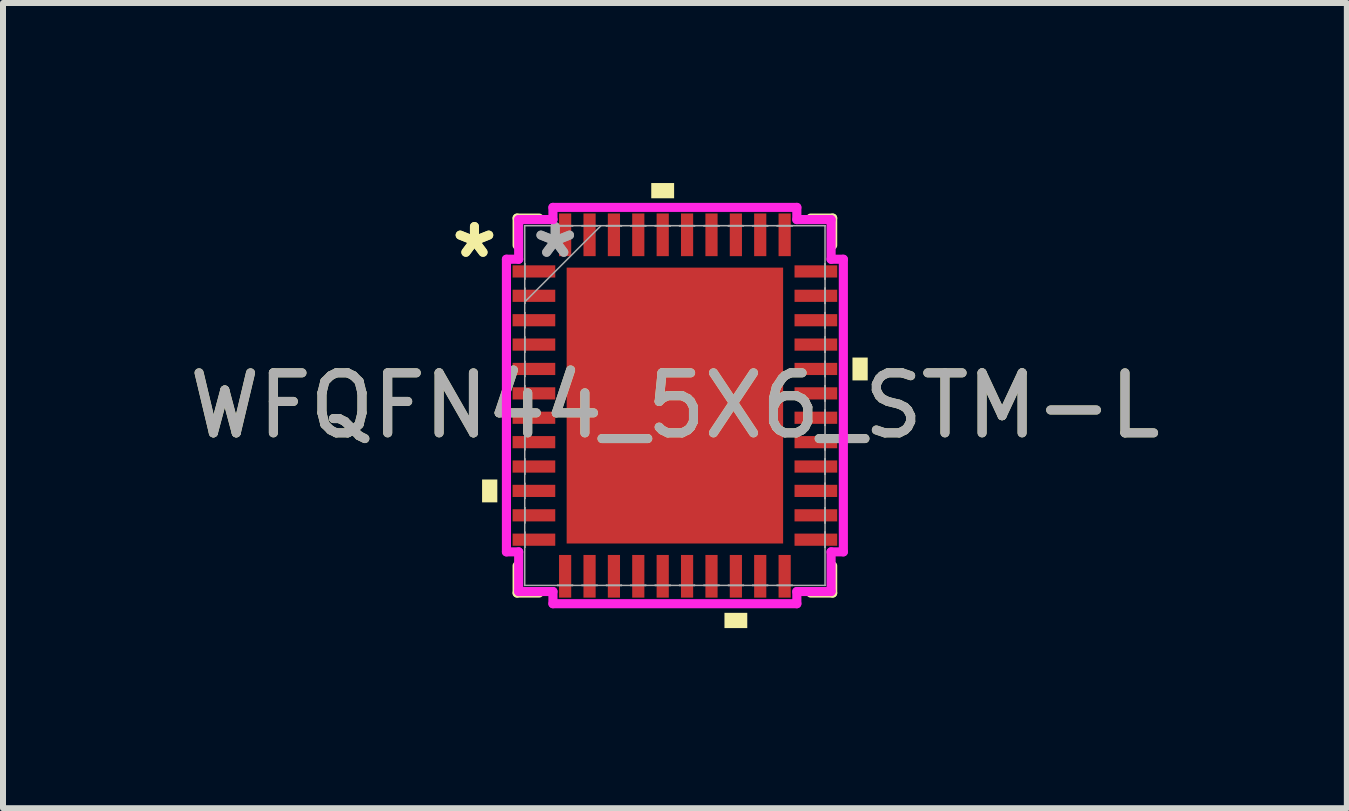
<source format=kicad_pcb>
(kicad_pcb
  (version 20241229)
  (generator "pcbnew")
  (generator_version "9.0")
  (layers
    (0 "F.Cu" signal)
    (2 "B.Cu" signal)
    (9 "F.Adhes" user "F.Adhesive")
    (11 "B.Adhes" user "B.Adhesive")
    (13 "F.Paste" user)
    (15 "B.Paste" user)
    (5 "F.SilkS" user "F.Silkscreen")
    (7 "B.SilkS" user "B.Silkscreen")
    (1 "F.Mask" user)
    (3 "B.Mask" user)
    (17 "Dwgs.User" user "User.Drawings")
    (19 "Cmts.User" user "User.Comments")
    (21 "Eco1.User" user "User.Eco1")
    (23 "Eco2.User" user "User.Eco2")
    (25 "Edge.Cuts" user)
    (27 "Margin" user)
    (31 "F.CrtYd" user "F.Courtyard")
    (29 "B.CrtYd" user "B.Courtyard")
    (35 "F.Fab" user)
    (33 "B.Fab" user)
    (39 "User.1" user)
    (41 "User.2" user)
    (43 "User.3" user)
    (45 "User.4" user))
  (footprint "WFQFN44_5X6_STM-L"
    (layer "F.Cu")
    (at 8.196 3.708)
    (property "Reference" "WFQFN44_5X6_STM-L" (at 0 0 0) (unlocked yes) (layer "F.SilkS") (effects (font (size 1 1) (thickness 0.15))))
    (attr smd)
    (fp_line (start -2.629 -3.124) (end -2.629 -2.67) (stroke (width 0.152) (type solid)) (layer "F.SilkS"))
    (fp_line (start -2.629 2.67) (end -2.629 3.124) (stroke (width 0.152) (type solid)) (layer "F.SilkS"))
    (fp_line (start -2.629 3.124) (end -2.263 3.124) (stroke (width 0.152) (type solid)) (layer "F.SilkS"))
    (fp_line (start -2.263 -3.124) (end -2.629 -3.124) (stroke (width 0.152) (type solid)) (layer "F.SilkS"))
    (fp_line (start 2.263 3.124) (end 2.629 3.124) (stroke (width 0.152) (type solid)) (layer "F.SilkS"))
    (fp_line (start 2.629 -3.124) (end 2.263 -3.124) (stroke (width 0.152) (type solid)) (layer "F.SilkS"))
    (fp_line (start 2.629 -2.67) (end 2.629 -3.124) (stroke (width 0.152) (type solid)) (layer "F.SilkS"))
    (fp_line (start 2.629 3.124) (end 2.629 2.67) (stroke (width 0.152) (type solid)) (layer "F.SilkS"))
    (fp_poly (pts (xy -3.213 1.232) (xy -3.213 1.613) (xy -2.959 1.613) (xy -2.959 1.232)) (stroke (width 0) (type solid)) (fill yes) (layer "F.SilkS"))
    (fp_poly (pts (xy -0.394 -3.454) (xy -0.394 -3.708) (xy -0.013 -3.708) (xy -0.013 -3.454)) (stroke (width 0) (type solid)) (fill yes) (layer "F.SilkS"))
    (fp_poly (pts (xy 0.826 3.454) (xy 0.826 3.708) (xy 1.206 3.708) (xy 1.206 3.454)) (stroke (width 0) (type solid)) (fill yes) (layer "F.SilkS"))
    (fp_poly (pts (xy 3.213 -0.8) (xy 3.213 -0.419) (xy 2.959 -0.419) (xy 2.959 -0.8)) (stroke (width 0) (type solid)) (fill yes) (layer "F.SilkS"))
    (fp_poly (pts (xy -1.703 -2.199) (xy -1.703 -0.866) (xy -0.1 -0.866) (xy -0.1 -2.199)) (stroke (width 0) (type solid)) (fill yes) (layer "F.Paste"))
    (fp_poly (pts (xy -1.703 -0.666) (xy -1.703 0.666) (xy -0.1 0.666) (xy -0.1 -0.666)) (stroke (width 0) (type solid)) (fill yes) (layer "F.Paste"))
    (fp_poly (pts (xy -1.703 0.866) (xy -1.703 2.199) (xy -0.1 2.199) (xy -0.1 0.866)) (stroke (width 0) (type solid)) (fill yes) (layer "F.Paste"))
    (fp_poly (pts (xy 0.1 -2.199) (xy 0.1 -0.866) (xy 1.703 -0.866) (xy 1.703 -2.199)) (stroke (width 0) (type solid)) (fill yes) (layer "F.Paste"))
    (fp_poly (pts (xy 0.1 -0.666) (xy 0.1 0.666) (xy 1.703 0.666) (xy 1.703 -0.666)) (stroke (width 0) (type solid)) (fill yes) (layer "F.Paste"))
    (fp_poly (pts (xy 0.1 0.866) (xy 0.1 2.199) (xy 1.703 2.199) (xy 1.703 0.866)) (stroke (width 0) (type solid)) (fill yes) (layer "F.Paste"))
    (fp_line (start -2.807 -2.438) (end -2.603 -2.438) (stroke (width 0.152) (type solid)) (layer "F.CrtYd"))
    (fp_line (start -2.807 2.438) (end -2.807 -2.438) (stroke (width 0.152) (type solid)) (layer "F.CrtYd"))
    (fp_line (start -2.603 -3.099) (end -2.032 -3.099) (stroke (width 0.152) (type solid)) (layer "F.CrtYd"))
    (fp_line (start -2.603 -2.438) (end -2.603 -3.099) (stroke (width 0.152) (type solid)) (layer "F.CrtYd"))
    (fp_line (start -2.603 2.438) (end -2.807 2.438) (stroke (width 0.152) (type solid)) (layer "F.CrtYd"))
    (fp_line (start -2.603 3.099) (end -2.603 2.438) (stroke (width 0.152) (type solid)) (layer "F.CrtYd"))
    (fp_line (start -2.032 -3.302) (end 2.032 -3.302) (stroke (width 0.152) (type solid)) (layer "F.CrtYd"))
    (fp_line (start -2.032 -3.099) (end -2.032 -3.302) (stroke (width 0.152) (type solid)) (layer "F.CrtYd"))
    (fp_line (start -2.032 3.099) (end -2.603 3.099) (stroke (width 0.152) (type solid)) (layer "F.CrtYd"))
    (fp_line (start -2.032 3.302) (end -2.032 3.099) (stroke (width 0.152) (type solid)) (layer "F.CrtYd"))
    (fp_line (start 2.032 -3.302) (end 2.032 -3.099) (stroke (width 0.152) (type solid)) (layer "F.CrtYd"))
    (fp_line (start 2.032 -3.099) (end 2.603 -3.099) (stroke (width 0.152) (type solid)) (layer "F.CrtYd"))
    (fp_line (start 2.032 3.099) (end 2.032 3.302) (stroke (width 0.152) (type solid)) (layer "F.CrtYd"))
    (fp_line (start 2.032 3.302) (end -2.032 3.302) (stroke (width 0.152) (type solid)) (layer "F.CrtYd"))
    (fp_line (start 2.603 -3.099) (end 2.603 -2.438) (stroke (width 0.152) (type solid)) (layer "F.CrtYd"))
    (fp_line (start 2.603 -2.438) (end 2.807 -2.438) (stroke (width 0.152) (type solid)) (layer "F.CrtYd"))
    (fp_line (start 2.603 2.438) (end 2.603 3.099) (stroke (width 0.152) (type solid)) (layer "F.CrtYd"))
    (fp_line (start 2.603 3.099) (end 2.032 3.099) (stroke (width 0.152) (type solid)) (layer "F.CrtYd"))
    (fp_line (start 2.807 -2.438) (end 2.807 2.438) (stroke (width 0.152) (type solid)) (layer "F.CrtYd"))
    (fp_line (start 2.807 2.438) (end 2.603 2.438) (stroke (width 0.152) (type solid)) (layer "F.CrtYd"))
    (fp_line (start -2.502 -2.997) (end -2.502 -2.997) (stroke (width 0.025) (type solid)) (layer "F.Fab"))
    (fp_line (start -2.502 -2.997) (end -2.502 2.997) (stroke (width 0.025) (type solid)) (layer "F.Fab"))
    (fp_line (start -2.502 -2.362) (end -2.502 -2.362) (stroke (width 0.025) (type solid)) (layer "F.Fab"))
    (fp_line (start -2.502 -2.362) (end -2.502 -2.108) (stroke (width 0.025) (type solid)) (layer "F.Fab"))
    (fp_line (start -2.502 -2.108) (end -2.502 -2.362) (stroke (width 0.025) (type solid)) (layer "F.Fab"))
    (fp_line (start -2.502 -2.108) (end -2.502 -2.108) (stroke (width 0.025) (type solid)) (layer "F.Fab"))
    (fp_line (start -2.502 -1.956) (end -2.502 -1.956) (stroke (width 0.025) (type solid)) (layer "F.Fab"))
    (fp_line (start -2.502 -1.956) (end -2.502 -1.702) (stroke (width 0.025) (type solid)) (layer "F.Fab"))
    (fp_line (start -2.502 -1.727) (end -1.232 -2.997) (stroke (width 0.025) (type solid)) (layer "F.Fab"))
    (fp_line (start -2.502 -1.702) (end -2.502 -1.956) (stroke (width 0.025) (type solid)) (layer "F.Fab"))
    (fp_line (start -2.502 -1.702) (end -2.502 -1.702) (stroke (width 0.025) (type solid)) (layer "F.Fab"))
    (fp_line (start -2.502 -1.549) (end -2.502 -1.549) (stroke (width 0.025) (type solid)) (layer "F.Fab"))
    (fp_line (start -2.502 -1.549) (end -2.502 -1.295) (stroke (width 0.025) (type solid)) (layer "F.Fab"))
    (fp_line (start -2.502 -1.295) (end -2.502 -1.549) (stroke (width 0.025) (type solid)) (layer "F.Fab"))
    (fp_line (start -2.502 -1.295) (end -2.502 -1.295) (stroke (width 0.025) (type solid)) (layer "F.Fab"))
    (fp_line (start -2.502 -1.143) (end -2.502 -1.143) (stroke (width 0.025) (type solid)) (layer "F.Fab"))
    (fp_line (start -2.502 -1.143) (end -2.502 -0.889) (stroke (width 0.025) (type solid)) (layer "F.Fab"))
    (fp_line (start -2.502 -0.889) (end -2.502 -1.143) (stroke (width 0.025) (type solid)) (layer "F.Fab"))
    (fp_line (start -2.502 -0.889) (end -2.502 -0.889) (stroke (width 0.025) (type solid)) (layer "F.Fab"))
    (fp_line (start -2.502 -0.737) (end -2.502 -0.737) (stroke (width 0.025) (type solid)) (layer "F.Fab"))
    (fp_line (start -2.502 -0.737) (end -2.502 -0.483) (stroke (width 0.025) (type solid)) (layer "F.Fab"))
    (fp_line (start -2.502 -0.483) (end -2.502 -0.737) (stroke (width 0.025) (type solid)) (layer "F.Fab"))
    (fp_line (start -2.502 -0.483) (end -2.502 -0.483) (stroke (width 0.025) (type solid)) (layer "F.Fab"))
    (fp_line (start -2.502 -0.33) (end -2.502 -0.33) (stroke (width 0.025) (type solid)) (layer "F.Fab"))
    (fp_line (start -2.502 -0.33) (end -2.502 -0.076) (stroke (width 0.025) (type solid)) (layer "F.Fab"))
    (fp_line (start -2.502 -0.076) (end -2.502 -0.33) (stroke (width 0.025) (type solid)) (layer "F.Fab"))
    (fp_line (start -2.502 -0.076) (end -2.502 -0.076) (stroke (width 0.025) (type solid)) (layer "F.Fab"))
    (fp_line (start -2.502 0.076) (end -2.502 0.076) (stroke (width 0.025) (type solid)) (layer "F.Fab"))
    (fp_line (start -2.502 0.076) (end -2.502 0.33) (stroke (width 0.025) (type solid)) (layer "F.Fab"))
    (fp_line (start -2.502 0.33) (end -2.502 0.076) (stroke (width 0.025) (type solid)) (layer "F.Fab"))
    (fp_line (start -2.502 0.33) (end -2.502 0.33) (stroke (width 0.025) (type solid)) (layer "F.Fab"))
    (fp_line (start -2.502 0.483) (end -2.502 0.483) (stroke (width 0.025) (type solid)) (layer "F.Fab"))
    (fp_line (start -2.502 0.483) (end -2.502 0.737) (stroke (width 0.025) (type solid)) (layer "F.Fab"))
    (fp_line (start -2.502 0.737) (end -2.502 0.483) (stroke (width 0.025) (type solid)) (layer "F.Fab"))
    (fp_line (start -2.502 0.737) (end -2.502 0.737) (stroke (width 0.025) (type solid)) (layer "F.Fab"))
    (fp_line (start -2.502 0.889) (end -2.502 0.889) (stroke (width 0.025) (type solid)) (layer "F.Fab"))
    (fp_line (start -2.502 0.889) (end -2.502 1.143) (stroke (width 0.025) (type solid)) (layer "F.Fab"))
    (fp_line (start -2.502 1.143) (end -2.502 0.889) (stroke (width 0.025) (type solid)) (layer "F.Fab"))
    (fp_line (start -2.502 1.143) (end -2.502 1.143) (stroke (width 0.025) (type solid)) (layer "F.Fab"))
    (fp_line (start -2.502 1.295) (end -2.502 1.295) (stroke (width 0.025) (type solid)) (layer "F.Fab"))
    (fp_line (start -2.502 1.295) (end -2.502 1.549) (stroke (width 0.025) (type solid)) (layer "F.Fab"))
    (fp_line (start -2.502 1.549) (end -2.502 1.295) (stroke (width 0.025) (type solid)) (layer "F.Fab"))
    (fp_line (start -2.502 1.549) (end -2.502 1.549) (stroke (width 0.025) (type solid)) (layer "F.Fab"))
    (fp_line (start -2.502 1.702) (end -2.502 1.702) (stroke (width 0.025) (type solid)) (layer "F.Fab"))
    (fp_line (start -2.502 1.702) (end -2.502 1.956) (stroke (width 0.025) (type solid)) (layer "F.Fab"))
    (fp_line (start -2.502 1.956) (end -2.502 1.702) (stroke (width 0.025) (type solid)) (layer "F.Fab"))
    (fp_line (start -2.502 1.956) (end -2.502 1.956) (stroke (width 0.025) (type solid)) (layer "F.Fab"))
    (fp_line (start -2.502 2.108) (end -2.502 2.108) (stroke (width 0.025) (type solid)) (layer "F.Fab"))
    (fp_line (start -2.502 2.108) (end -2.502 2.362) (stroke (width 0.025) (type solid)) (layer "F.Fab"))
    (fp_line (start -2.502 2.362) (end -2.502 2.108) (stroke (width 0.025) (type solid)) (layer "F.Fab"))
    (fp_line (start -2.502 2.362) (end -2.502 2.362) (stroke (width 0.025) (type solid)) (layer "F.Fab"))
    (fp_line (start -2.502 2.997) (end -2.502 2.997) (stroke (width 0.025) (type solid)) (layer "F.Fab"))
    (fp_line (start -2.502 2.997) (end 2.502 2.997) (stroke (width 0.025) (type solid)) (layer "F.Fab"))
    (fp_line (start -1.956 -2.997) (end -1.956 -2.997) (stroke (width 0.025) (type solid)) (layer "F.Fab"))
    (fp_line (start -1.956 -2.997) (end -1.702 -2.997) (stroke (width 0.025) (type solid)) (layer "F.Fab"))
    (fp_line (start -1.956 2.997) (end -1.956 2.997) (stroke (width 0.025) (type solid)) (layer "F.Fab"))
    (fp_line (start -1.956 2.997) (end -1.702 2.997) (stroke (width 0.025) (type solid)) (layer "F.Fab"))
    (fp_line (start -1.702 -2.997) (end -1.956 -2.997) (stroke (width 0.025) (type solid)) (layer "F.Fab"))
    (fp_line (start -1.702 -2.997) (end -1.702 -2.997) (stroke (width 0.025) (type solid)) (layer "F.Fab"))
    (fp_line (start -1.702 2.997) (end -1.956 2.997) (stroke (width 0.025) (type solid)) (layer "F.Fab"))
    (fp_line (start -1.702 2.997) (end -1.702 2.997) (stroke (width 0.025) (type solid)) (layer "F.Fab"))
    (fp_line (start -1.549 -2.997) (end -1.549 -2.997) (stroke (width 0.025) (type solid)) (layer "F.Fab"))
    (fp_line (start -1.549 -2.997) (end -1.295 -2.997) (stroke (width 0.025) (type solid)) (layer "F.Fab"))
    (fp_line (start -1.549 2.997) (end -1.549 2.997) (stroke (width 0.025) (type solid)) (layer "F.Fab"))
    (fp_line (start -1.549 2.997) (end -1.295 2.997) (stroke (width 0.025) (type solid)) (layer "F.Fab"))
    (fp_line (start -1.295 -2.997) (end -1.549 -2.997) (stroke (width 0.025) (type solid)) (layer "F.Fab"))
    (fp_line (start -1.295 -2.997) (end -1.295 -2.997) (stroke (width 0.025) (type solid)) (layer "F.Fab"))
    (fp_line (start -1.295 2.997) (end -1.549 2.997) (stroke (width 0.025) (type solid)) (layer "F.Fab"))
    (fp_line (start -1.295 2.997) (end -1.295 2.997) (stroke (width 0.025) (type solid)) (layer "F.Fab"))
    (fp_line (start -1.143 -2.997) (end -1.143 -2.997) (stroke (width 0.025) (type solid)) (layer "F.Fab"))
    (fp_line (start -1.143 -2.997) (end -0.889 -2.997) (stroke (width 0.025) (type solid)) (layer "F.Fab"))
    (fp_line (start -1.143 2.997) (end -1.143 2.997) (stroke (width 0.025) (type solid)) (layer "F.Fab"))
    (fp_line (start -1.143 2.997) (end -0.889 2.997) (stroke (width 0.025) (type solid)) (layer "F.Fab"))
    (fp_line (start -0.889 -2.997) (end -1.143 -2.997) (stroke (width 0.025) (type solid)) (layer "F.Fab"))
    (fp_line (start -0.889 -2.997) (end -0.889 -2.997) (stroke (width 0.025) (type solid)) (layer "F.Fab"))
    (fp_line (start -0.889 2.997) (end -1.143 2.997) (stroke (width 0.025) (type solid)) (layer "F.Fab"))
    (fp_line (start -0.889 2.997) (end -0.889 2.997) (stroke (width 0.025) (type solid)) (layer "F.Fab"))
    (fp_line (start -0.737 -2.997) (end -0.737 -2.997) (stroke (width 0.025) (type solid)) (layer "F.Fab"))
    (fp_line (start -0.737 -2.997) (end -0.483 -2.997) (stroke (width 0.025) (type solid)) (layer "F.Fab"))
    (fp_line (start -0.737 2.997) (end -0.737 2.997) (stroke (width 0.025) (type solid)) (layer "F.Fab"))
    (fp_line (start -0.737 2.997) (end -0.483 2.997) (stroke (width 0.025) (type solid)) (layer "F.Fab"))
    (fp_line (start -0.483 -2.997) (end -0.737 -2.997) (stroke (width 0.025) (type solid)) (layer "F.Fab"))
    (fp_line (start -0.483 -2.997) (end -0.483 -2.997) (stroke (width 0.025) (type solid)) (layer "F.Fab"))
    (fp_line (start -0.483 2.997) (end -0.737 2.997) (stroke (width 0.025) (type solid)) (layer "F.Fab"))
    (fp_line (start -0.483 2.997) (end -0.483 2.997) (stroke (width 0.025) (type solid)) (layer "F.Fab"))
    (fp_line (start -0.33 -2.997) (end -0.33 -2.997) (stroke (width 0.025) (type solid)) (layer "F.Fab"))
    (fp_line (start -0.33 -2.997) (end -0.076 -2.997) (stroke (width 0.025) (type solid)) (layer "F.Fab"))
    (fp_line (start -0.33 2.997) (end -0.33 2.997) (stroke (width 0.025) (type solid)) (layer "F.Fab"))
    (fp_line (start -0.33 2.997) (end -0.076 2.997) (stroke (width 0.025) (type solid)) (layer "F.Fab"))
    (fp_line (start -0.076 -2.997) (end -0.33 -2.997) (stroke (width 0.025) (type solid)) (layer "F.Fab"))
    (fp_line (start -0.076 -2.997) (end -0.076 -2.997) (stroke (width 0.025) (type solid)) (layer "F.Fab"))
    (fp_line (start -0.076 2.997) (end -0.33 2.997) (stroke (width 0.025) (type solid)) (layer "F.Fab"))
    (fp_line (start -0.076 2.997) (end -0.076 2.997) (stroke (width 0.025) (type solid)) (layer "F.Fab"))
    (fp_line (start 0.076 -2.997) (end 0.076 -2.997) (stroke (width 0.025) (type solid)) (layer "F.Fab"))
    (fp_line (start 0.076 -2.997) (end 0.33 -2.997) (stroke (width 0.025) (type solid)) (layer "F.Fab"))
    (fp_line (start 0.076 2.997) (end 0.076 2.997) (stroke (width 0.025) (type solid)) (layer "F.Fab"))
    (fp_line (start 0.076 2.997) (end 0.33 2.997) (stroke (width 0.025) (type solid)) (layer "F.Fab"))
    (fp_line (start 0.33 -2.997) (end 0.076 -2.997) (stroke (width 0.025) (type solid)) (layer "F.Fab"))
    (fp_line (start 0.33 -2.997) (end 0.33 -2.997) (stroke (width 0.025) (type solid)) (layer "F.Fab"))
    (fp_line (start 0.33 2.997) (end 0.076 2.997) (stroke (width 0.025) (type solid)) (layer "F.Fab"))
    (fp_line (start 0.33 2.997) (end 0.33 2.997) (stroke (width 0.025) (type solid)) (layer "F.Fab"))
    (fp_line (start 0.483 -2.997) (end 0.483 -2.997) (stroke (width 0.025) (type solid)) (layer "F.Fab"))
    (fp_line (start 0.483 -2.997) (end 0.737 -2.997) (stroke (width 0.025) (type solid)) (layer "F.Fab"))
    (fp_line (start 0.483 2.997) (end 0.483 2.997) (stroke (width 0.025) (type solid)) (layer "F.Fab"))
    (fp_line (start 0.483 2.997) (end 0.737 2.997) (stroke (width 0.025) (type solid)) (layer "F.Fab"))
    (fp_line (start 0.737 -2.997) (end 0.483 -2.997) (stroke (width 0.025) (type solid)) (layer "F.Fab"))
    (fp_line (start 0.737 -2.997) (end 0.737 -2.997) (stroke (width 0.025) (type solid)) (layer "F.Fab"))
    (fp_line (start 0.737 2.997) (end 0.483 2.997) (stroke (width 0.025) (type solid)) (layer "F.Fab"))
    (fp_line (start 0.737 2.997) (end 0.737 2.997) (stroke (width 0.025) (type solid)) (layer "F.Fab"))
    (fp_line (start 0.889 -2.997) (end 0.889 -2.997) (stroke (width 0.025) (type solid)) (layer "F.Fab"))
    (fp_line (start 0.889 -2.997) (end 1.143 -2.997) (stroke (width 0.025) (type solid)) (layer "F.Fab"))
    (fp_line (start 0.889 2.997) (end 0.889 2.997) (stroke (width 0.025) (type solid)) (layer "F.Fab"))
    (fp_line (start 0.889 2.997) (end 1.143 2.997) (stroke (width 0.025) (type solid)) (layer "F.Fab"))
    (fp_line (start 1.143 -2.997) (end 0.889 -2.997) (stroke (width 0.025) (type solid)) (layer "F.Fab"))
    (fp_line (start 1.143 -2.997) (end 1.143 -2.997) (stroke (width 0.025) (type solid)) (layer "F.Fab"))
    (fp_line (start 1.143 2.997) (end 0.889 2.997) (stroke (width 0.025) (type solid)) (layer "F.Fab"))
    (fp_line (start 1.143 2.997) (end 1.143 2.997) (stroke (width 0.025) (type solid)) (layer "F.Fab"))
    (fp_line (start 1.295 -2.997) (end 1.295 -2.997) (stroke (width 0.025) (type solid)) (layer "F.Fab"))
    (fp_line (start 1.295 -2.997) (end 1.549 -2.997) (stroke (width 0.025) (type solid)) (layer "F.Fab"))
    (fp_line (start 1.295 2.997) (end 1.295 2.997) (stroke (width 0.025) (type solid)) (layer "F.Fab"))
    (fp_line (start 1.295 2.997) (end 1.549 2.997) (stroke (width 0.025) (type solid)) (layer "F.Fab"))
    (fp_line (start 1.549 -2.997) (end 1.295 -2.997) (stroke (width 0.025) (type solid)) (layer "F.Fab"))
    (fp_line (start 1.549 -2.997) (end 1.549 -2.997) (stroke (width 0.025) (type solid)) (layer "F.Fab"))
    (fp_line (start 1.549 2.997) (end 1.295 2.997) (stroke (width 0.025) (type solid)) (layer "F.Fab"))
    (fp_line (start 1.549 2.997) (end 1.549 2.997) (stroke (width 0.025) (type solid)) (layer "F.Fab"))
    (fp_line (start 1.702 -2.997) (end 1.702 -2.997) (stroke (width 0.025) (type solid)) (layer "F.Fab"))
    (fp_line (start 1.702 -2.997) (end 1.956 -2.997) (stroke (width 0.025) (type solid)) (layer "F.Fab"))
    (fp_line (start 1.702 2.997) (end 1.702 2.997) (stroke (width 0.025) (type solid)) (layer "F.Fab"))
    (fp_line (start 1.702 2.997) (end 1.956 2.997) (stroke (width 0.025) (type solid)) (layer "F.Fab"))
    (fp_line (start 1.956 -2.997) (end 1.702 -2.997) (stroke (width 0.025) (type solid)) (layer "F.Fab"))
    (fp_line (start 1.956 -2.997) (end 1.956 -2.997) (stroke (width 0.025) (type solid)) (layer "F.Fab"))
    (fp_line (start 1.956 2.997) (end 1.702 2.997) (stroke (width 0.025) (type solid)) (layer "F.Fab"))
    (fp_line (start 1.956 2.997) (end 1.956 2.997) (stroke (width 0.025) (type solid)) (layer "F.Fab"))
    (fp_line (start 2.502 -2.997) (end -2.502 -2.997) (stroke (width 0.025) (type solid)) (layer "F.Fab"))
    (fp_line (start 2.502 -2.997) (end 2.502 -2.997) (stroke (width 0.025) (type solid)) (layer "F.Fab"))
    (fp_line (start 2.502 -2.362) (end 2.502 -2.362) (stroke (width 0.025) (type solid)) (layer "F.Fab"))
    (fp_line (start 2.502 -2.362) (end 2.502 -2.108) (stroke (width 0.025) (type solid)) (layer "F.Fab"))
    (fp_line (start 2.502 -2.108) (end 2.502 -2.362) (stroke (width 0.025) (type solid)) (layer "F.Fab"))
    (fp_line (start 2.502 -2.108) (end 2.502 -2.108) (stroke (width 0.025) (type solid)) (layer "F.Fab"))
    (fp_line (start 2.502 -1.956) (end 2.502 -1.956) (stroke (width 0.025) (type solid)) (layer "F.Fab"))
    (fp_line (start 2.502 -1.956) (end 2.502 -1.702) (stroke (width 0.025) (type solid)) (layer "F.Fab"))
    (fp_line (start 2.502 -1.702) (end 2.502 -1.956) (stroke (width 0.025) (type solid)) (layer "F.Fab"))
    (fp_line (start 2.502 -1.702) (end 2.502 -1.702) (stroke (width 0.025) (type solid)) (layer "F.Fab"))
    (fp_line (start 2.502 -1.549) (end 2.502 -1.549) (stroke (width 0.025) (type solid)) (layer "F.Fab"))
    (fp_line (start 2.502 -1.549) (end 2.502 -1.295) (stroke (width 0.025) (type solid)) (layer "F.Fab"))
    (fp_line (start 2.502 -1.295) (end 2.502 -1.549) (stroke (width 0.025) (type solid)) (layer "F.Fab"))
    (fp_line (start 2.502 -1.295) (end 2.502 -1.295) (stroke (width 0.025) (type solid)) (layer "F.Fab"))
    (fp_line (start 2.502 -1.143) (end 2.502 -1.143) (stroke (width 0.025) (type solid)) (layer "F.Fab"))
    (fp_line (start 2.502 -1.143) (end 2.502 -0.889) (stroke (width 0.025) (type solid)) (layer "F.Fab"))
    (fp_line (start 2.502 -0.889) (end 2.502 -1.143) (stroke (width 0.025) (type solid)) (layer "F.Fab"))
    (fp_line (start 2.502 -0.889) (end 2.502 -0.889) (stroke (width 0.025) (type solid)) (layer "F.Fab"))
    (fp_line (start 2.502 -0.737) (end 2.502 -0.737) (stroke (width 0.025) (type solid)) (layer "F.Fab"))
    (fp_line (start 2.502 -0.737) (end 2.502 -0.483) (stroke (width 0.025) (type solid)) (layer "F.Fab"))
    (fp_line (start 2.502 -0.483) (end 2.502 -0.737) (stroke (width 0.025) (type solid)) (layer "F.Fab"))
    (fp_line (start 2.502 -0.483) (end 2.502 -0.483) (stroke (width 0.025) (type solid)) (layer "F.Fab"))
    (fp_line (start 2.502 -0.33) (end 2.502 -0.33) (stroke (width 0.025) (type solid)) (layer "F.Fab"))
    (fp_line (start 2.502 -0.33) (end 2.502 -0.076) (stroke (width 0.025) (type solid)) (layer "F.Fab"))
    (fp_line (start 2.502 -0.076) (end 2.502 -0.33) (stroke (width 0.025) (type solid)) (layer "F.Fab"))
    (fp_line (start 2.502 -0.076) (end 2.502 -0.076) (stroke (width 0.025) (type solid)) (layer "F.Fab"))
    (fp_line (start 2.502 0.076) (end 2.502 0.076) (stroke (width 0.025) (type solid)) (layer "F.Fab"))
    (fp_line (start 2.502 0.076) (end 2.502 0.33) (stroke (width 0.025) (type solid)) (layer "F.Fab"))
    (fp_line (start 2.502 0.33) (end 2.502 0.076) (stroke (width 0.025) (type solid)) (layer "F.Fab"))
    (fp_line (start 2.502 0.33) (end 2.502 0.33) (stroke (width 0.025) (type solid)) (layer "F.Fab"))
    (fp_line (start 2.502 0.483) (end 2.502 0.483) (stroke (width 0.025) (type solid)) (layer "F.Fab"))
    (fp_line (start 2.502 0.483) (end 2.502 0.737) (stroke (width 0.025) (type solid)) (layer "F.Fab"))
    (fp_line (start 2.502 0.737) (end 2.502 0.483) (stroke (width 0.025) (type solid)) (layer "F.Fab"))
    (fp_line (start 2.502 0.737) (end 2.502 0.737) (stroke (width 0.025) (type solid)) (layer "F.Fab"))
    (fp_line (start 2.502 0.889) (end 2.502 0.889) (stroke (width 0.025) (type solid)) (layer "F.Fab"))
    (fp_line (start 2.502 0.889) (end 2.502 1.143) (stroke (width 0.025) (type solid)) (layer "F.Fab"))
    (fp_line (start 2.502 1.143) (end 2.502 0.889) (stroke (width 0.025) (type solid)) (layer "F.Fab"))
    (fp_line (start 2.502 1.143) (end 2.502 1.143) (stroke (width 0.025) (type solid)) (layer "F.Fab"))
    (fp_line (start 2.502 1.295) (end 2.502 1.295) (stroke (width 0.025) (type solid)) (layer "F.Fab"))
    (fp_line (start 2.502 1.295) (end 2.502 1.549) (stroke (width 0.025) (type solid)) (layer "F.Fab"))
    (fp_line (start 2.502 1.549) (end 2.502 1.295) (stroke (width 0.025) (type solid)) (layer "F.Fab"))
    (fp_line (start 2.502 1.549) (end 2.502 1.549) (stroke (width 0.025) (type solid)) (layer "F.Fab"))
    (fp_line (start 2.502 1.702) (end 2.502 1.702) (stroke (width 0.025) (type solid)) (layer "F.Fab"))
    (fp_line (start 2.502 1.702) (end 2.502 1.956) (stroke (width 0.025) (type solid)) (layer "F.Fab"))
    (fp_line (start 2.502 1.956) (end 2.502 1.702) (stroke (width 0.025) (type solid)) (layer "F.Fab"))
    (fp_line (start 2.502 1.956) (end 2.502 1.956) (stroke (width 0.025) (type solid)) (layer "F.Fab"))
    (fp_line (start 2.502 2.108) (end 2.502 2.108) (stroke (width 0.025) (type solid)) (layer "F.Fab"))
    (fp_line (start 2.502 2.108) (end 2.502 2.362) (stroke (width 0.025) (type solid)) (layer "F.Fab"))
    (fp_line (start 2.502 2.362) (end 2.502 2.108) (stroke (width 0.025) (type solid)) (layer "F.Fab"))
    (fp_line (start 2.502 2.362) (end 2.502 2.362) (stroke (width 0.025) (type solid)) (layer "F.Fab"))
    (fp_line (start 2.502 2.997) (end 2.502 -2.997) (stroke (width 0.025) (type solid)) (layer "F.Fab"))
    (fp_line (start 2.502 2.997) (end 2.502 2.997) (stroke (width 0.025) (type solid)) (layer "F.Fab"))
    (fp_text user "*" (at -3.34 -2.438 0) (layer "F.SilkS") (effects (font (size 1 1) (thickness 0.15))))
    (fp_text user "*" (at -3.34 -2.438 0) (unlocked yes) (layer "F.SilkS") (effects (font (size 1 1) (thickness 0.15))))
    (fp_text user "*" (at -1.994 -2.438 0) (unlocked yes) (layer "F.Fab") (effects (font (size 1 1) (thickness 0.15))))
    (fp_text user "${REFERENCE}" (at 0 0 0) (unlocked yes) (layer "F.Fab") (effects (font (size 1 1) (thickness 0.15))))
    (fp_text user "*" (at -1.994 -2.438 0) (layer "F.Fab") (effects (font (size 1 1) (thickness 0.15))))
    (pad "1" smd rect (at -2.349 -2.235 90) (size 0.203 0.711) (layers "F.Cu" "F.Mask" "F.Paste"))
    (pad "2" smd rect (at -2.349 -1.829 90) (size 0.203 0.711) (layers "F.Cu" "F.Mask" "F.Paste"))
    (pad "3" smd rect (at -2.349 -1.422 90) (size 0.203 0.711) (layers "F.Cu" "F.Mask" "F.Paste"))
    (pad "4" smd rect (at -2.349 -1.016 90) (size 0.203 0.711) (layers "F.Cu" "F.Mask" "F.Paste"))
    (pad "5" smd rect (at -2.349 -0.61 90) (size 0.203 0.711) (layers "F.Cu" "F.Mask" "F.Paste"))
    (pad "6" smd rect (at -2.349 -0.203 90) (size 0.203 0.711) (layers "F.Cu" "F.Mask" "F.Paste"))
    (pad "7" smd rect (at -2.349 0.203 90) (size 0.203 0.711) (layers "F.Cu" "F.Mask" "F.Paste"))
    (pad "8" smd rect (at -2.349 0.61 90) (size 0.203 0.711) (layers "F.Cu" "F.Mask" "F.Paste"))
    (pad "9" smd rect (at -2.349 1.016 90) (size 0.203 0.711) (layers "F.Cu" "F.Mask" "F.Paste"))
    (pad "10" smd rect (at -2.349 1.422 90) (size 0.203 0.711) (layers "F.Cu" "F.Mask" "F.Paste"))
    (pad "11" smd rect (at -2.349 1.829 90) (size 0.203 0.711) (layers "F.Cu" "F.Mask" "F.Paste"))
    (pad "12" smd rect (at -2.349 2.235 90) (size 0.203 0.711) (layers "F.Cu" "F.Mask" "F.Paste"))
    (pad "13" smd rect (at -1.829 2.845) (size 0.203 0.711) (layers "F.Cu" "F.Mask" "F.Paste"))
    (pad "14" smd rect (at -1.422 2.845) (size 0.203 0.711) (layers "F.Cu" "F.Mask" "F.Paste"))
    (pad "15" smd rect (at -1.016 2.845) (size 0.203 0.711) (layers "F.Cu" "F.Mask" "F.Paste"))
    (pad "16" smd rect (at -0.61 2.845) (size 0.203 0.711) (layers "F.Cu" "F.Mask" "F.Paste"))
    (pad "17" smd rect (at -0.203 2.845) (size 0.203 0.711) (layers "F.Cu" "F.Mask" "F.Paste"))
    (pad "18" smd rect (at 0.203 2.845) (size 0.203 0.711) (layers "F.Cu" "F.Mask" "F.Paste"))
    (pad "19" smd rect (at 0.61 2.845) (size 0.203 0.711) (layers "F.Cu" "F.Mask" "F.Paste"))
    (pad "20" smd rect (at 1.016 2.845) (size 0.203 0.711) (layers "F.Cu" "F.Mask" "F.Paste"))
    (pad "21" smd rect (at 1.422 2.845) (size 0.203 0.711) (layers "F.Cu" "F.Mask" "F.Paste"))
    (pad "22" smd rect (at 1.829 2.845) (size 0.203 0.711) (layers "F.Cu" "F.Mask" "F.Paste"))
    (pad "23" smd rect (at 2.349 2.235 90) (size 0.203 0.711) (layers "F.Cu" "F.Mask" "F.Paste"))
    (pad "24" smd rect (at 2.349 1.829 90) (size 0.203 0.711) (layers "F.Cu" "F.Mask" "F.Paste"))
    (pad "25" smd rect (at 2.349 1.422 90) (size 0.203 0.711) (layers "F.Cu" "F.Mask" "F.Paste"))
    (pad "26" smd rect (at 2.349 1.016 90) (size 0.203 0.711) (layers "F.Cu" "F.Mask" "F.Paste"))
    (pad "27" smd rect (at 2.349 0.61 90) (size 0.203 0.711) (layers "F.Cu" "F.Mask" "F.Paste"))
    (pad "28" smd rect (at 2.349 0.203 90) (size 0.203 0.711) (layers "F.Cu" "F.Mask" "F.Paste"))
    (pad "29" smd rect (at 2.349 -0.203 90) (size 0.203 0.711) (layers "F.Cu" "F.Mask" "F.Paste"))
    (pad "30" smd rect (at 2.349 -0.61 90) (size 0.203 0.711) (layers "F.Cu" "F.Mask" "F.Paste"))
    (pad "31" smd rect (at 2.349 -1.016 90) (size 0.203 0.711) (layers "F.Cu" "F.Mask" "F.Paste"))
    (pad "32" smd rect (at 2.349 -1.422 90) (size 0.203 0.711) (layers "F.Cu" "F.Mask" "F.Paste"))
    (pad "33" smd rect (at 2.349 -1.829 90) (size 0.203 0.711) (layers "F.Cu" "F.Mask" "F.Paste"))
    (pad "34" smd rect (at 2.349 -2.235 90) (size 0.203 0.711) (layers "F.Cu" "F.Mask" "F.Paste"))
    (pad "35" smd rect (at 1.829 -2.845) (size 0.203 0.711) (layers "F.Cu" "F.Mask" "F.Paste"))
    (pad "36" smd rect (at 1.422 -2.845) (size 0.203 0.711) (layers "F.Cu" "F.Mask" "F.Paste"))
    (pad "37" smd rect (at 1.016 -2.845) (size 0.203 0.711) (layers "F.Cu" "F.Mask" "F.Paste"))
    (pad "38" smd rect (at 0.61 -2.845) (size 0.203 0.711) (layers "F.Cu" "F.Mask" "F.Paste"))
    (pad "39" smd rect (at 0.203 -2.845) (size 0.203 0.711) (layers "F.Cu" "F.Mask" "F.Paste"))
    (pad "40" smd rect (at -0.203 -2.845) (size 0.203 0.711) (layers "F.Cu" "F.Mask" "F.Paste"))
    (pad "41" smd rect (at -0.61 -2.845) (size 0.203 0.711) (layers "F.Cu" "F.Mask" "F.Paste"))
    (pad "42" smd rect (at -1.016 -2.845) (size 0.203 0.711) (layers "F.Cu" "F.Mask" "F.Paste"))
    (pad "43" smd rect (at -1.422 -2.845) (size 0.203 0.711) (layers "F.Cu" "F.Mask" "F.Paste"))
    (pad "44" smd rect (at -1.829 -2.845) (size 0.203 0.711) (layers "F.Cu" "F.Mask" "F.Paste"))
    (pad "45" smd rect (at 0 0) (size 3.607 4.597) (layers "F.Cu" "F.Mask" "F.Paste")))
  (gr_rect
    (start -3 -3)
    (end 19.393 10.417)
    (stroke (width 0.1) (type default))
    (fill no)
    (layer "Edge.Cuts")))
</source>
